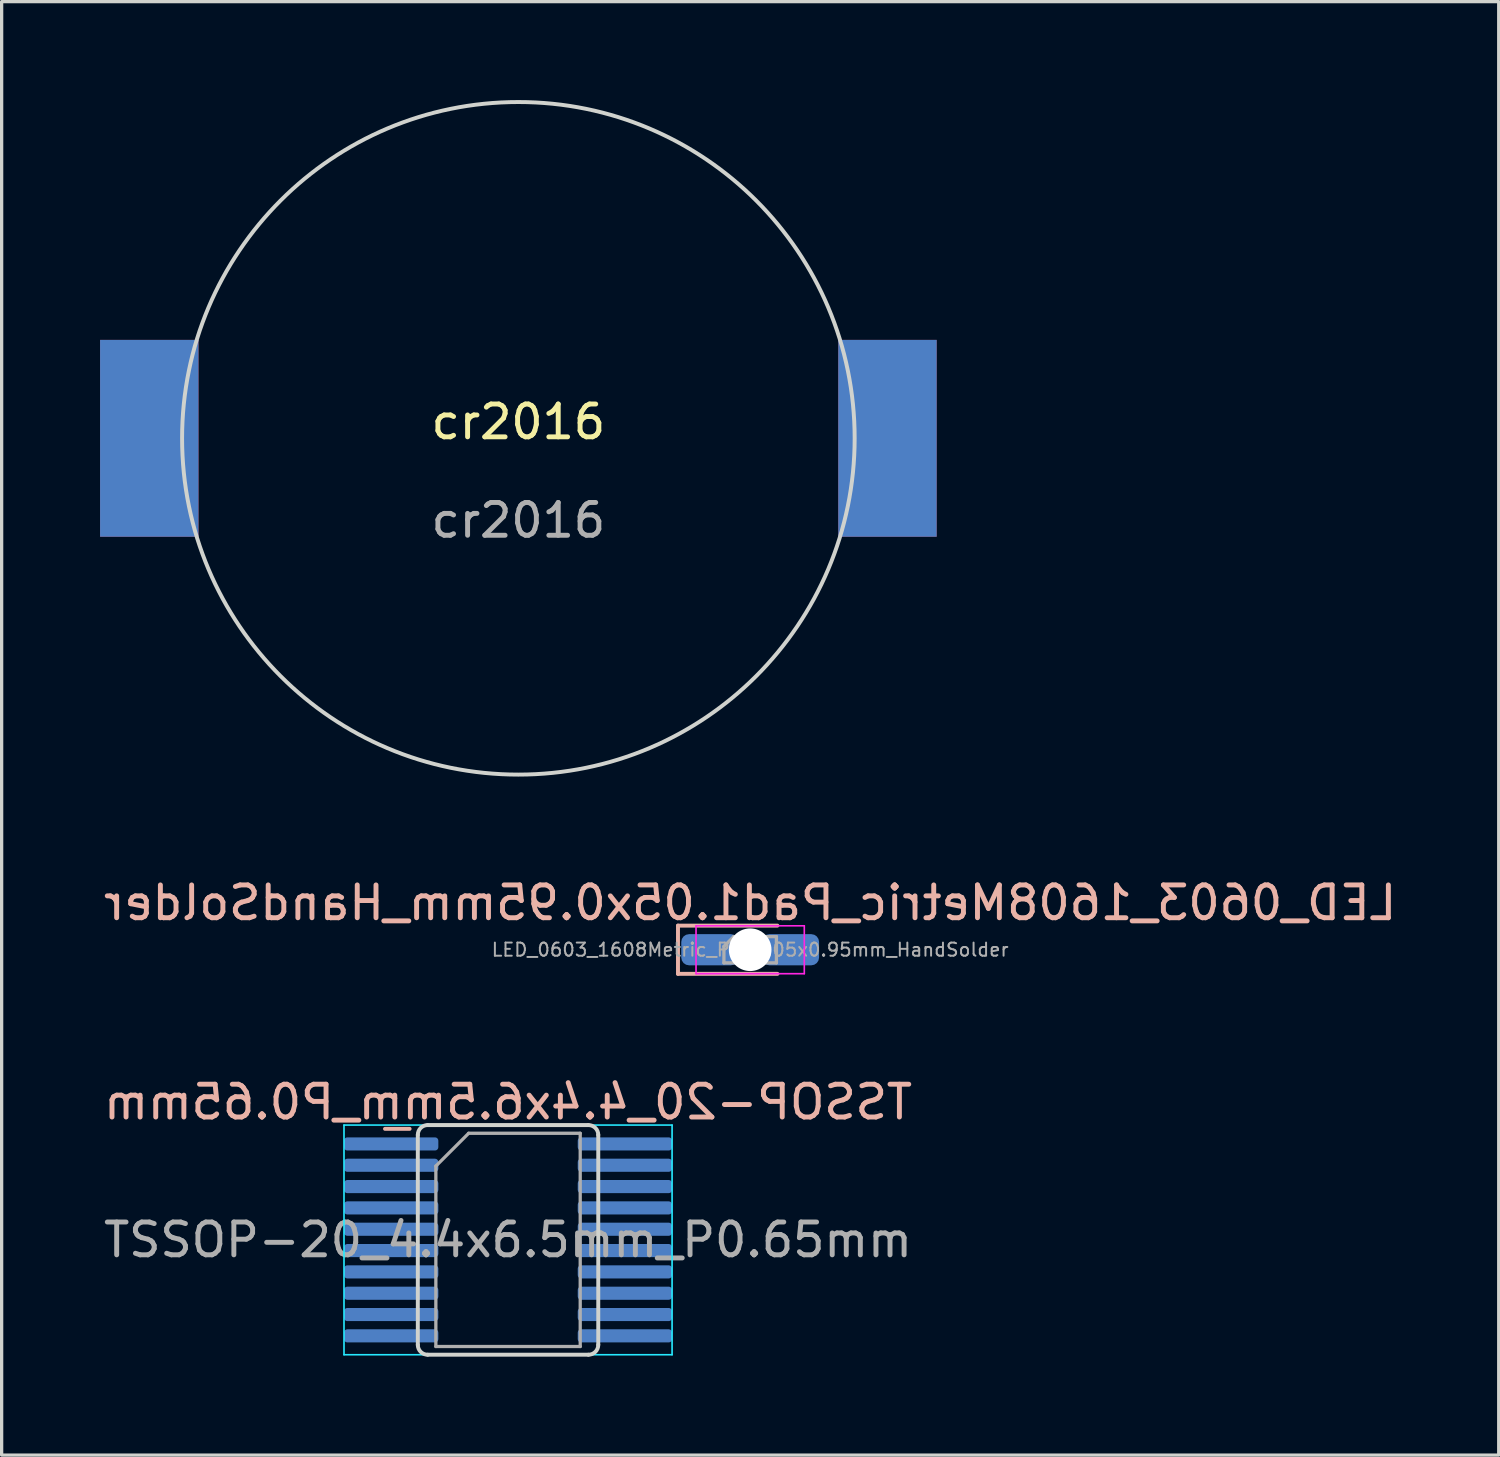
<source format=kicad_pcb>
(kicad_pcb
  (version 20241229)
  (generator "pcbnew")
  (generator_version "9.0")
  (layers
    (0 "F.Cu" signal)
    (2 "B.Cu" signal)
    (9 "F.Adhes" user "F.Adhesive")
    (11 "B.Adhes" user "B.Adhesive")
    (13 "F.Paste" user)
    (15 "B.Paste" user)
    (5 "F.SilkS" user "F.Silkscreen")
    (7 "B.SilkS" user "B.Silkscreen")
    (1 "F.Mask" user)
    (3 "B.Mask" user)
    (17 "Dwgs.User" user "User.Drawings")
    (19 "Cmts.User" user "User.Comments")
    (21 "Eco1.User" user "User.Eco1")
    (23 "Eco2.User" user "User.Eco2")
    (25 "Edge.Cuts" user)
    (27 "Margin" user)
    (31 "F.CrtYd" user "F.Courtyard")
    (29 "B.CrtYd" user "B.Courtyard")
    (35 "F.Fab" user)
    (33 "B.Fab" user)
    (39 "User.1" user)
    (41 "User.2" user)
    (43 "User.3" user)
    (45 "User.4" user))
  (footprint "LED_0603_1608Metric_Pad1.05x0.95mm_HandSolder"
    (layer "F.Cu")
    (at 19.815 25.898)
    (property "Reference" "LED_0603_1608Metric_Pad1.05x0.95mm_HandSolder" (at 0 -1.43 0) (layer "B.SilkS") (effects (font (size 1 1) (thickness 0.15)) (justify mirror)))
    (attr smd)
    (fp_line (start -2.2 -0.735) (end -2.2 0.735) (stroke (width 0.12) (type solid)) (layer "B.SilkS"))
    (fp_line (start -2.2 0.735) (end 0.83 0.735) (stroke (width 0.12) (type solid)) (layer "B.SilkS"))
    (fp_line (start 0.83 -0.735) (end -2.2 -0.735) (stroke (width 0.12) (type solid)) (layer "B.SilkS"))
    (fp_line (start -1.65 -0.73) (end 1.65 -0.73) (stroke (width 0.05) (type solid)) (layer "F.CrtYd"))
    (fp_line (start -1.65 0.73) (end -1.65 -0.73) (stroke (width 0.05) (type solid)) (layer "F.CrtYd"))
    (fp_line (start 1.65 -0.73) (end 1.65 0.73) (stroke (width 0.05) (type solid)) (layer "F.CrtYd"))
    (fp_line (start 1.65 0.73) (end -1.65 0.73) (stroke (width 0.05) (type solid)) (layer "F.CrtYd"))
    (fp_line (start -0.8 -0.1) (end -0.8 0.4) (stroke (width 0.1) (type solid)) (layer "F.Fab"))
    (fp_line (start -0.8 0.4) (end 0.8 0.4) (stroke (width 0.1) (type solid)) (layer "F.Fab"))
    (fp_line (start -0.5 -0.4) (end -0.8 -0.1) (stroke (width 0.1) (type solid)) (layer "F.Fab"))
    (fp_line (start 0.8 -0.4) (end -0.5 -0.4) (stroke (width 0.1) (type solid)) (layer "F.Fab"))
    (fp_line (start 0.8 0.4) (end 0.8 -0.4) (stroke (width 0.1) (type solid)) (layer "F.Fab"))
    (fp_text user "${REFERENCE}" (at 0 0 0) (layer "F.Fab") (effects (font (size 0.4 0.4) (thickness 0.06))))
    (pad "" np_thru_hole circle (at 0 0) (size 1.3 1.3) (drill 1.3) (layers "*.Cu" "*.Mask"))
    (pad "1" smd roundrect (at -1.225 0) (size 1.75 0.95) (layers "B.Cu" "B.Mask" "B.Paste") (roundrect_rratio 0.25))
    (pad "2" smd roundrect (at 1.225 0) (size 1.75 0.95) (layers "B.Cu" "B.Mask" "B.Paste") (roundrect_rratio 0.25)))
  (footprint "TSSOP-20_4.4x6.5mm_P0.65mm"
    (layer "F.Cu")
    (at 12.435 34.742)
    (property "Reference" "TSSOP-20_4.4x6.5mm_P0.65mm" (at 0 -4.2 0) (layer "B.SilkS") (effects (font (size 1 1) (thickness 0.15)) (justify mirror)))
    (attr smd)
    (fp_line (start -3.75 -3.385) (end -3 -3.385) (stroke (width 0.12) (type solid)) (layer "B.SilkS"))
    (fp_line (start -2.75 3.2) (end -2.75 -3.2) (stroke (width 0.12) (type solid)) (layer "Edge.Cuts"))
    (fp_line (start -2.45 -3.5) (end 2.45 -3.5) (stroke (width 0.12) (type solid)) (layer "Edge.Cuts"))
    (fp_line (start 2.45 3.5) (end -2.45 3.5) (stroke (width 0.12) (type solid)) (layer "Edge.Cuts"))
    (fp_line (start 2.75 -3.2) (end 2.75 3.2) (stroke (width 0.12) (type solid)) (layer "Edge.Cuts"))
    (fp_arc (start -2.75 -3.2) (mid -2.662132 -3.412132) (end -2.45 -3.5) (stroke (width 0.12) (type solid)) (layer "Edge.Cuts"))
    (fp_arc (start -2.45 3.5) (mid -2.662132 3.412132) (end -2.75 3.2) (stroke (width 0.12) (type solid)) (layer "Edge.Cuts"))
    (fp_arc (start 2.45 -3.5) (mid 2.662132 -3.412132) (end 2.75 -3.2) (stroke (width 0.12) (type solid)) (layer "Edge.Cuts"))
    (fp_arc (start 2.75 3.2) (mid 2.662132 3.412132) (end 2.45 3.5) (stroke (width 0.12) (type solid)) (layer "Edge.Cuts"))
    (fp_line (start -5 -3.5) (end 5 -3.5) (stroke (width 0.05) (type solid)) (layer "B.CrtYd"))
    (fp_line (start -5 3.5) (end -5 -3.5) (stroke (width 0.05) (type solid)) (layer "B.CrtYd"))
    (fp_line (start 5 -3.5) (end 5 3.5) (stroke (width 0.05) (type solid)) (layer "B.CrtYd"))
    (fp_line (start 5 3.5) (end -5 3.5) (stroke (width 0.05) (type solid)) (layer "B.CrtYd"))
    (fp_line (start -2.2 -2.25) (end -1.2 -3.25) (stroke (width 0.1) (type solid)) (layer "F.Fab"))
    (fp_line (start -2.2 3.25) (end -2.2 -2.25) (stroke (width 0.1) (type solid)) (layer "F.Fab"))
    (fp_line (start -1.2 -3.25) (end 2.2 -3.25) (stroke (width 0.1) (type solid)) (layer "F.Fab"))
    (fp_line (start 2.2 -3.25) (end 2.2 3.25) (stroke (width 0.1) (type solid)) (layer "F.Fab"))
    (fp_line (start 2.2 3.25) (end -2.2 3.25) (stroke (width 0.1) (type solid)) (layer "F.Fab"))
    (fp_text user "${REFERENCE}" (at 0 0 0) (layer "F.Fab") (effects (font (size 1 1) (thickness 0.15))))
    (pad "1" smd roundrect (at -3.562 -2.925) (size 2.875 0.4) (layers "B.Cu" "B.Mask" "B.Paste") (roundrect_rratio 0.25))
    (pad "2" smd roundrect (at -3.562 -2.275) (size 2.875 0.4) (layers "B.Cu" "B.Mask" "B.Paste") (roundrect_rratio 0.25))
    (pad "3" smd roundrect (at -3.562 -1.625) (size 2.875 0.4) (layers "B.Cu" "B.Mask" "B.Paste") (roundrect_rratio 0.25))
    (pad "4" smd roundrect (at -3.562 -0.975) (size 2.875 0.4) (layers "B.Cu" "B.Mask" "B.Paste") (roundrect_rratio 0.25))
    (pad "5" smd roundrect (at -3.562 -0.325) (size 2.875 0.4) (layers "B.Cu" "B.Mask" "B.Paste") (roundrect_rratio 0.25))
    (pad "6" smd roundrect (at -3.562 0.325) (size 2.875 0.4) (layers "B.Cu" "B.Mask" "B.Paste") (roundrect_rratio 0.25))
    (pad "7" smd roundrect (at -3.562 0.975) (size 2.875 0.4) (layers "B.Cu" "B.Mask" "B.Paste") (roundrect_rratio 0.25))
    (pad "8" smd roundrect (at -3.562 1.625) (size 2.875 0.4) (layers "B.Cu" "B.Mask" "B.Paste") (roundrect_rratio 0.25))
    (pad "9" smd roundrect (at -3.562 2.275) (size 2.875 0.4) (layers "B.Cu" "B.Mask" "B.Paste") (roundrect_rratio 0.25))
    (pad "10" smd roundrect (at -3.562 2.925) (size 2.875 0.4) (layers "B.Cu" "B.Mask" "B.Paste") (roundrect_rratio 0.25))
    (pad "11" smd roundrect (at 3.562 2.925) (size 2.875 0.4) (layers "B.Cu" "B.Mask" "B.Paste") (roundrect_rratio 0.25))
    (pad "12" smd roundrect (at 3.562 2.275) (size 2.875 0.4) (layers "B.Cu" "B.Mask" "B.Paste") (roundrect_rratio 0.25))
    (pad "13" smd roundrect (at 3.562 1.625) (size 2.875 0.4) (layers "B.Cu" "B.Mask" "B.Paste") (roundrect_rratio 0.25))
    (pad "14" smd roundrect (at 3.562 0.975) (size 2.875 0.4) (layers "B.Cu" "B.Mask" "B.Paste") (roundrect_rratio 0.25))
    (pad "15" smd roundrect (at 3.562 0.325) (size 2.875 0.4) (layers "B.Cu" "B.Mask" "B.Paste") (roundrect_rratio 0.25))
    (pad "16" smd roundrect (at 3.562 -0.325) (size 2.875 0.4) (layers "B.Cu" "B.Mask" "B.Paste") (roundrect_rratio 0.25))
    (pad "17" smd roundrect (at 3.562 -0.975) (size 2.875 0.4) (layers "B.Cu" "B.Mask" "B.Paste") (roundrect_rratio 0.25))
    (pad "18" smd roundrect (at 3.562 -1.625) (size 2.875 0.4) (layers "B.Cu" "B.Mask" "B.Paste") (roundrect_rratio 0.25))
    (pad "19" smd roundrect (at 3.562 -2.275) (size 2.875 0.4) (layers "B.Cu" "B.Mask" "B.Paste") (roundrect_rratio 0.25))
    (pad "20" smd roundrect (at 3.562 -2.925) (size 2.875 0.4) (layers "B.Cu" "B.Mask" "B.Paste") (roundrect_rratio 0.25)))
  (footprint "cr2016"
    (layer "F.Cu")
    (at 12.75 10.31)
    (property "Reference" "cr2016" (at 0 -0.5 0) (unlocked yes) (layer "F.SilkS") (effects (font (size 1 1) (thickness 0.15))))
    (attr smd)
    (fp_circle (center 0 0) (end 10.25 0) (stroke (width 0.12) (type solid)) (fill no) (layer "Edge.Cuts"))
    (fp_text user "${REFERENCE}" (at 0 2.5 0) (unlocked yes) (layer "F.Fab") (effects (font (size 1 1) (thickness 0.15))))
    (pad "1" smd rect (at -11.25 0) (size 3 6) (layers "F.Cu" "F.Mask" "F.Paste"))
    (pad "1" smd rect (at 11.25 0) (size 3 6) (layers "F.Cu" "F.Mask" "F.Paste"))
    (pad "2" smd rect (at -11.25 0) (size 3 6) (layers "B.Cu" "B.Mask" "B.Paste"))
    (pad "2" smd rect (at 11.25 0) (size 3 6) (layers "B.Cu" "B.Mask" "B.Paste")))
  (gr_rect
    (start -3 -3)
    (end 42.631 41.301)
    (stroke (width 0.1) (type default))
    (fill no)
    (layer "Edge.Cuts")))
</source>
